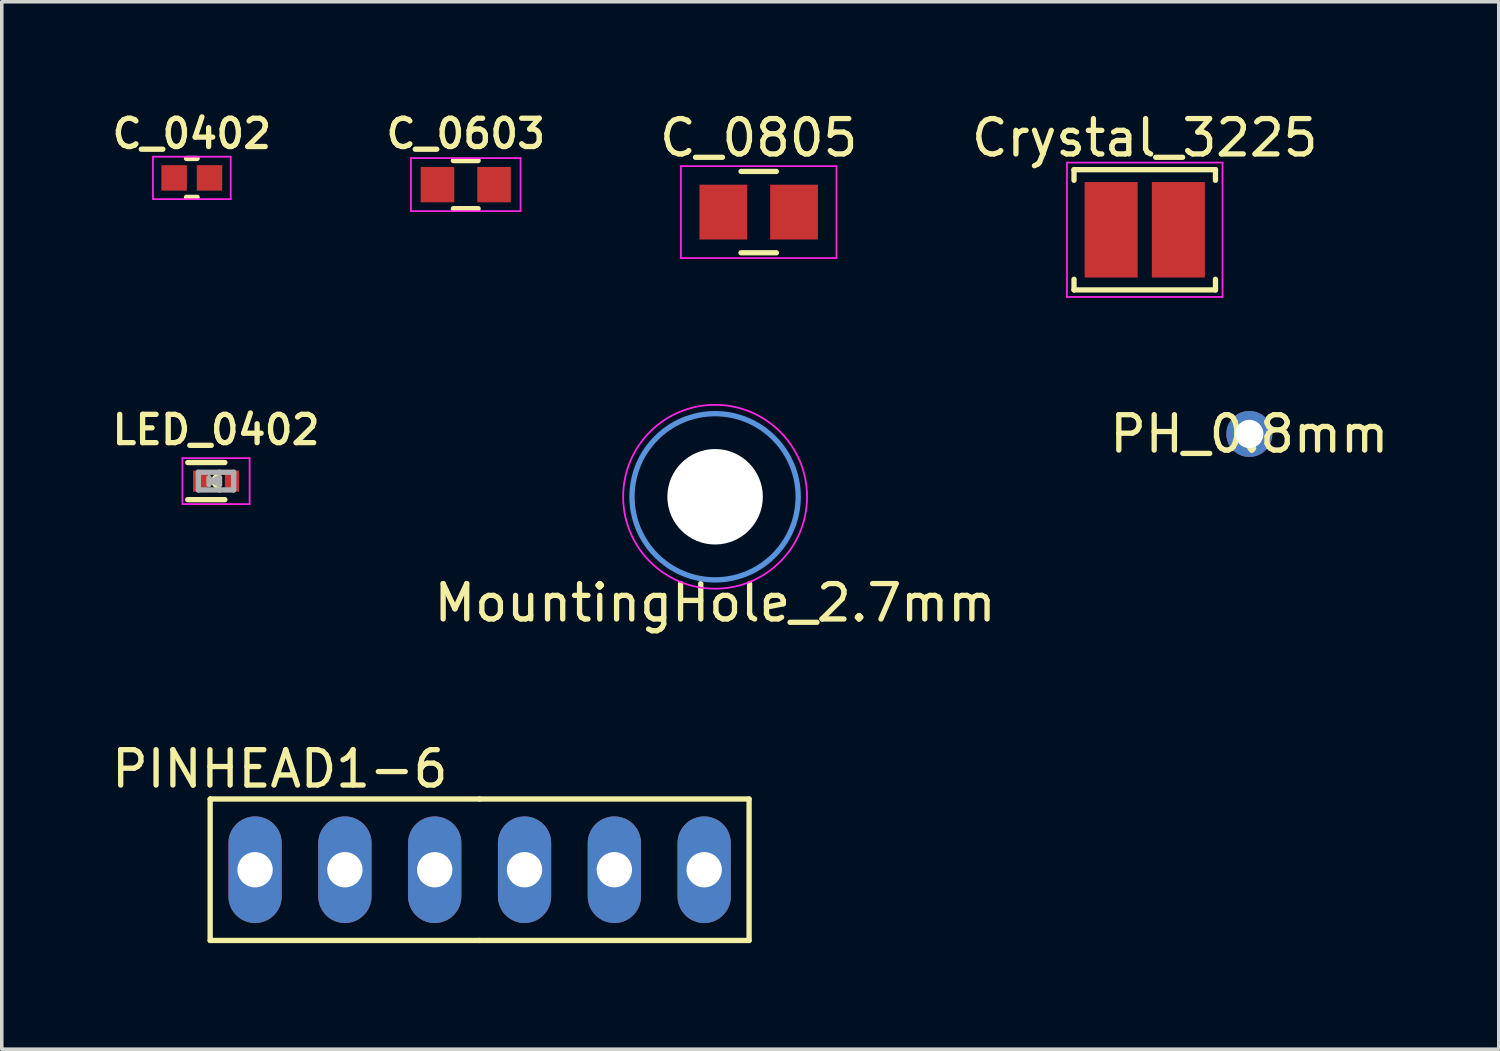
<source format=kicad_pcb>
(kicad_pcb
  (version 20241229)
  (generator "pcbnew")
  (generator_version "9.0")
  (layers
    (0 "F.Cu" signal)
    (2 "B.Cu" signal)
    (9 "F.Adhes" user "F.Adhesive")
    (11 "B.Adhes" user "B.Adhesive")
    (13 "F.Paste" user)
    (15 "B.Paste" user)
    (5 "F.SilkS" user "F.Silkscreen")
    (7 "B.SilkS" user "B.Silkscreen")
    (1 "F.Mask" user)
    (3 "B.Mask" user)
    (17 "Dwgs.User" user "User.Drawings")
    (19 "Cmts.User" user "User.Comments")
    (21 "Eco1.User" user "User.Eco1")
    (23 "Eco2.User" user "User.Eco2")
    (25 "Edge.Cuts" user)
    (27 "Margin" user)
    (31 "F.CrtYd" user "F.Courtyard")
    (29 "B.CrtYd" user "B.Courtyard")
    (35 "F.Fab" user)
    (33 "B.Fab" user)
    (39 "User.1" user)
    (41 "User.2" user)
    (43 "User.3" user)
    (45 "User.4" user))
  (footprint "MountingHole_2.7mm"
    (layer "F.Cu")
    (at 17.172 10.998)
    (property "Reference" "MountingHole_2.7mm" (at 0 3 0) (layer "F.SilkS") (effects (font (size 1 1) (thickness 0.15))))
    (attr through_hole)
    (fp_circle (center 0 0) (end 2.35 0) (stroke (width 0.15) (type solid)) (fill no) (layer "Cmts.User"))
    (fp_circle (center 0 0) (end 2.6 0) (stroke (width 0.05) (type solid)) (fill no) (layer "F.CrtYd"))
    (pad "" np_thru_hole circle (at 0 0) (size 2.7 2.7) (drill 2.7) (layers "*.Cu" "*.Mask")))
  (footprint "C_0603"
    (layer "F.Cu")
    (at 10.121 2.171)
    (property "Reference" "C_0603" (at 0 -1.44 0) (layer "F.SilkS") (effects (font (size 0.8 0.8) (thickness 0.15))))
    (attr smd)
    (fp_line (start -0.35 -0.68) (end 0.35 -0.68) (stroke (width 0.15) (type solid)) (layer "F.SilkS"))
    (fp_line (start 0.35 0.68) (end -0.35 0.68) (stroke (width 0.15) (type solid)) (layer "F.SilkS"))
    (fp_line (start -1.55 -0.75) (end -1.55 0.75) (stroke (width 0.05) (type solid)) (layer "F.CrtYd"))
    (fp_line (start -1.55 -0.75) (end 1.55 -0.75) (stroke (width 0.05) (type solid)) (layer "F.CrtYd"))
    (fp_line (start -1.55 0.75) (end 1.55 0.75) (stroke (width 0.05) (type solid)) (layer "F.CrtYd"))
    (fp_line (start 1.55 -0.75) (end 1.55 0.75) (stroke (width 0.05) (type solid)) (layer "F.CrtYd"))
    (pad "1" smd rect (at -0.8 0) (size 0.95 1) (layers "F.Cu" "F.Mask" "F.Paste"))
    (pad "2" smd rect (at 0.8 0) (size 0.95 1) (layers "F.Cu" "F.Mask" "F.Paste")))
  (footprint "PINHEAD1-6"
    (layer "F.Cu")
    (at 10.513 21.545)
    (property "Reference" "PINHEAD1-6" (at -5.65 -2.85 0) (layer "F.SilkS") (effects (font (size 1 1) (thickness 0.15))))
    (attr exclude_from_pos_files exclude_from_bom)
    (fp_line (start -7.62 -2) (end -7.62 2) (stroke (width 0.15) (type solid)) (layer "F.SilkS"))
    (fp_line (start -7.62 -2) (end 0 -2) (stroke (width 0.15) (type solid)) (layer "F.SilkS"))
    (fp_line (start 0 -2) (end 7.62 -2) (stroke (width 0.15) (type solid)) (layer "F.SilkS"))
    (fp_line (start 0 2) (end -7.62 2) (stroke (width 0.15) (type solid)) (layer "F.SilkS"))
    (fp_line (start 0 2) (end 7.62 2) (stroke (width 0.15) (type solid)) (layer "F.SilkS"))
    (fp_line (start 7.62 -2) (end 7.62 2) (stroke (width 0.15) (type solid)) (layer "F.SilkS"))
    (pad "1" thru_hole oval (at -6.35 0) (size 1.506 3.015) (drill 0.998) (layers "*.Cu" "*.Mask"))
    (pad "2" thru_hole oval (at -3.81 0) (size 1.506 3.015) (drill 0.998) (layers "*.Cu" "*.Mask"))
    (pad "3" thru_hole oval (at -1.27 0) (size 1.506 3.015) (drill 0.998) (layers "*.Cu" "*.Mask"))
    (pad "4" thru_hole oval (at 1.27 0) (size 1.506 3.015) (drill 0.998) (layers "*.Cu" "*.Mask"))
    (pad "5" thru_hole oval (at 3.81 0) (size 1.506 3.015) (drill 0.998) (layers "*.Cu" "*.Mask"))
    (pad "6" thru_hole oval (at 6.35 0) (size 1.506 3.015) (drill 0.998) (layers "*.Cu" "*.Mask")))
  (footprint "Crystal_3225"
    (layer "F.Cu")
    (at 29.322 3.448)
    (property "Reference" "Crystal_3225" (at 0 -2.6 0) (layer "F.SilkS") (effects (font (size 1 1) (thickness 0.15))))
    (attr smd)
    (fp_line (start -2 -1.7) (end -2 -1.4) (stroke (width 0.15) (type solid)) (layer "F.SilkS"))
    (fp_line (start -2 -1.7) (end 2 -1.7) (stroke (width 0.15) (type solid)) (layer "F.SilkS"))
    (fp_line (start -2 1.7) (end -2 1.4) (stroke (width 0.15) (type solid)) (layer "F.SilkS"))
    (fp_line (start -2 1.7) (end 2 1.7) (stroke (width 0.15) (type solid)) (layer "F.SilkS"))
    (fp_line (start 2 -1.7) (end 2 -1.4) (stroke (width 0.15) (type solid)) (layer "F.SilkS"))
    (fp_line (start 2 1.7) (end 2 1.4) (stroke (width 0.15) (type solid)) (layer "F.SilkS"))
    (fp_line (start -2.2 -1.9) (end 2.2 -1.9) (stroke (width 0.05) (type solid)) (layer "F.CrtYd"))
    (fp_line (start -2.2 1.9) (end -2.2 -1.9) (stroke (width 0.05) (type solid)) (layer "F.CrtYd"))
    (fp_line (start 2.2 -1.9) (end 2.2 1.9) (stroke (width 0.05) (type solid)) (layer "F.CrtYd"))
    (fp_line (start 2.2 1.9) (end -2.2 1.9) (stroke (width 0.05) (type solid)) (layer "F.CrtYd"))
    (pad "1" smd rect (at -0.95 0) (size 1.5 2.7) (layers "F.Cu" "F.Mask" "F.Paste"))
    (pad "2" smd rect (at 0.95 0) (size 1.5 2.7) (layers "F.Cu" "F.Mask" "F.Paste")))
  (footprint "LED_0402"
    (layer "F.Cu")
    (at 3.059 10.555)
    (property "Reference" "LED_0402" (at 0 -1.45 0) (layer "F.SilkS") (effects (font (size 0.8 0.8) (thickness 0.15))))
    (attr smd)
    (fp_line (start -0.1 0) (end 0.1 0.25) (stroke (width 0.15) (type solid)) (layer "F.SilkS"))
    (fp_line (start 0.1 -0.25) (end -0.1 0) (stroke (width 0.15) (type solid)) (layer "F.SilkS"))
    (fp_line (start 0.25 -0.525) (end -0.8 -0.525) (stroke (width 0.15) (type solid)) (layer "F.SilkS"))
    (fp_line (start 0.25 0.525) (end -0.8 0.525) (stroke (width 0.15) (type solid)) (layer "F.SilkS"))
    (fp_line (start -0.95 -0.65) (end -0.95 0.65) (stroke (width 0.05) (type solid)) (layer "F.CrtYd"))
    (fp_line (start -0.95 -0.65) (end 0.95 -0.65) (stroke (width 0.05) (type solid)) (layer "F.CrtYd"))
    (fp_line (start -0.95 0.65) (end 0.95 0.65) (stroke (width 0.05) (type solid)) (layer "F.CrtYd"))
    (fp_line (start 0.95 -0.65) (end 0.95 0.65) (stroke (width 0.05) (type solid)) (layer "F.CrtYd"))
    (fp_line (start -0.5 -0.25) (end 0.5 -0.25) (stroke (width 0.15) (type solid)) (layer "F.Fab"))
    (fp_line (start -0.5 0.25) (end -0.5 -0.25) (stroke (width 0.15) (type solid)) (layer "F.Fab"))
    (fp_line (start -0.2 -0.1) (end -0.2 0.1) (stroke (width 0.15) (type solid)) (layer "F.Fab"))
    (fp_line (start -0.1 0) (end 0.1 0.1) (stroke (width 0.15) (type solid)) (layer "F.Fab"))
    (fp_line (start 0.1 -0.1) (end -0.1 0) (stroke (width 0.15) (type solid)) (layer "F.Fab"))
    (fp_line (start 0.1 0.1) (end 0.1 -0.1) (stroke (width 0.15) (type solid)) (layer "F.Fab"))
    (fp_line (start 0.5 -0.25) (end 0.5 0.25) (stroke (width 0.15) (type solid)) (layer "F.Fab"))
    (fp_line (start 0.5 0.25) (end -0.5 0.25) (stroke (width 0.15) (type solid)) (layer "F.Fab"))
    (pad "1" smd rect (at -0.45 0) (size 0.4 0.6) (layers "F.Cu" "F.Mask" "F.Paste"))
    (pad "2" smd rect (at 0.45 0) (size 0.4 0.6) (layers "F.Cu" "F.Mask" "F.Paste")))
  (footprint "PH_0.8mm"
    (layer "F.Cu")
    (at 32.279 9.222)
    (property "Reference" "PH_0.8mm" (at 0 0 0) (layer "F.SilkS") (effects (font (size 1 1) (thickness 0.15))))
    (attr through_hole)
    (pad "1" thru_hole circle (at 0 0) (size 1.3 1.3) (drill 0.8) (layers "*.Cu" "*.Mask")))
  (footprint "C_0805"
    (layer "F.Cu")
    (at 18.405 2.948)
    (property "Reference" "C_0805" (at 0 -2.1 0) (layer "F.SilkS") (effects (font (size 1 1) (thickness 0.15))))
    (attr smd)
    (fp_line (start -0.5 1.15) (end 0.5 1.15) (stroke (width 0.15) (type solid)) (layer "F.SilkS"))
    (fp_line (start 0.5 -1.15) (end -0.5 -1.15) (stroke (width 0.15) (type solid)) (layer "F.SilkS"))
    (fp_line (start -2.2 -1.3) (end -2.2 1.3) (stroke (width 0.05) (type solid)) (layer "F.CrtYd"))
    (fp_line (start -2.2 -1.3) (end 2.2 -1.3) (stroke (width 0.05) (type solid)) (layer "F.CrtYd"))
    (fp_line (start -2.2 1.3) (end 2.2 1.3) (stroke (width 0.05) (type solid)) (layer "F.CrtYd"))
    (fp_line (start 2.2 -1.3) (end 2.2 1.3) (stroke (width 0.05) (type solid)) (layer "F.CrtYd"))
    (pad "1" smd rect (at -1 0) (size 1.35 1.55) (layers "F.Cu" "F.Mask" "F.Paste"))
    (pad "2" smd rect (at 1 0) (size 1.35 1.55) (layers "F.Cu" "F.Mask" "F.Paste")))
  (footprint "C_0402"
    (layer "F.Cu")
    (at 2.374 1.981)
    (property "Reference" "C_0402" (at 0 -1.25 0) (layer "F.SilkS") (effects (font (size 0.8 0.8) (thickness 0.15))))
    (attr smd)
    (fp_line (start -0.15 -0.55) (end 0.15 -0.55) (stroke (width 0.15) (type solid)) (layer "F.SilkS"))
    (fp_line (start 0.15 0.55) (end -0.15 0.55) (stroke (width 0.15) (type solid)) (layer "F.SilkS"))
    (fp_line (start -1.1 -0.6) (end -1.1 0.6) (stroke (width 0.05) (type solid)) (layer "F.CrtYd"))
    (fp_line (start -1.1 -0.6) (end 1.1 -0.6) (stroke (width 0.05) (type solid)) (layer "F.CrtYd"))
    (fp_line (start -1.1 0.6) (end 1.1 0.6) (stroke (width 0.05) (type solid)) (layer "F.CrtYd"))
    (fp_line (start 1.1 -0.6) (end 1.1 0.6) (stroke (width 0.05) (type solid)) (layer "F.CrtYd"))
    (pad "1" smd rect (at -0.5 0) (size 0.72 0.72) (layers "F.Cu" "F.Mask" "F.Paste"))
    (pad "2" smd rect (at 0.5 0) (size 0.72 0.72) (layers "F.Cu" "F.Mask" "F.Paste")))
  (gr_rect
    (start -3 -3)
    (end 39.333 26.62)
    (stroke (width 0.1) (type default))
    (fill no)
    (layer "Edge.Cuts")))
</source>
